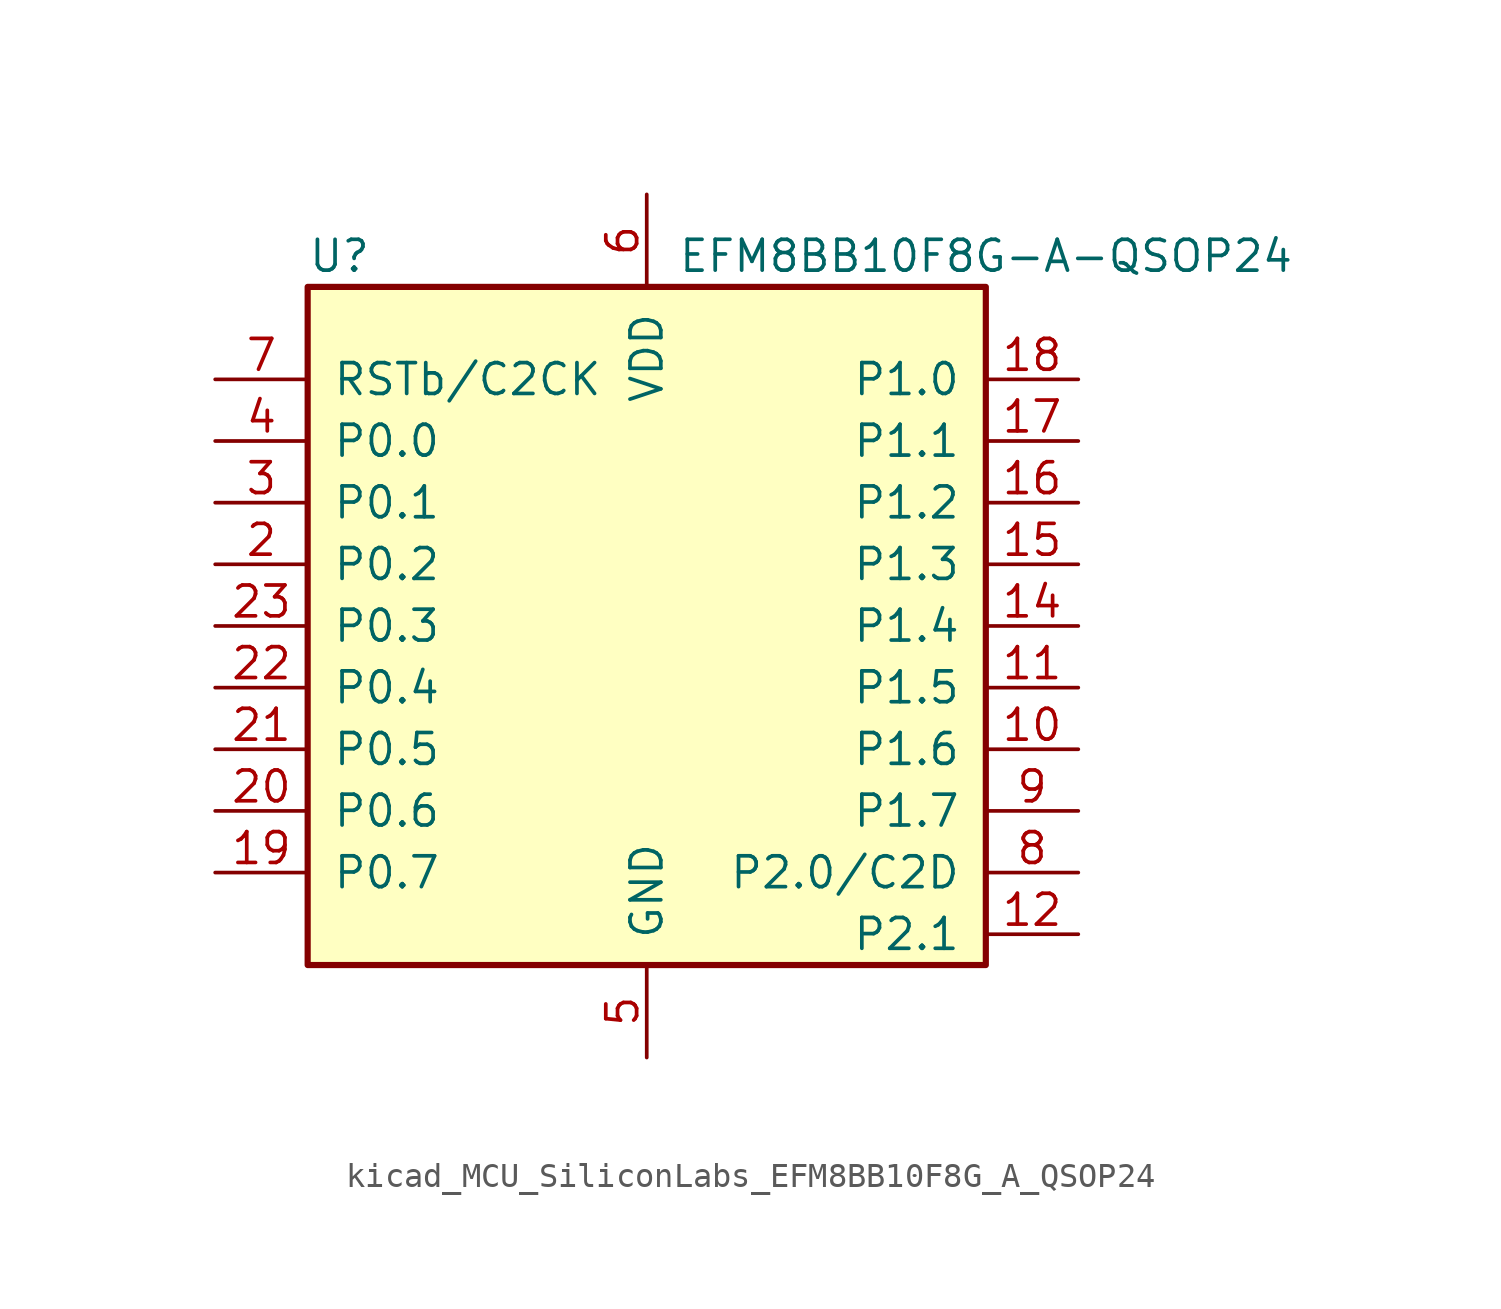
<source format=kicad_sym>
(kicad_symbol_lib
  (version 20220914)
  (generator kicad_symbol_editor)
  (symbol "kicad_MCU_SiliconLabs_EFM8BB10F8G_A_QSOP24"
    (pin_names
      (offset 1.016))
    (property "Reference" "U"
      (at -13.97 15.24 0)
      (effects (font (size 1.27 1.27)) (justify left)))
    (property "Value" "EFM8BB10F8G-A-QSOP24"
      (at 1.27 15.24 0)
      (effects (font (size 1.27 1.27)) (justify left)))
    (symbol "kicad_MCU_SiliconLabs_EFM8BB10F8G_A_QSOP24_0_1"
      (rectangle (start -13.97 13.97) (end 13.97 -13.97) (stroke (width 0.254) (type default)) (fill (type background)))
      (pin no_connect line (at 0 2.54 0) (length 3.81) hide (name "NC" (effects (font (size 1.27 1.27)))) (number "1" (effects (font (size 1.27 1.27)))))
      (pin bidirectional line (at 17.78 -5.08 180) (length 3.81) (name "P1.6" (effects (font (size 1.27 1.27)))) (number "10" (effects (font (size 1.27 1.27)))))
      (pin bidirectional line (at 17.78 -2.54 180) (length 3.81) (name "P1.5" (effects (font (size 1.27 1.27)))) (number "11" (effects (font (size 1.27 1.27)))))
      (pin bidirectional line (at 17.78 -12.7 180) (length 3.81) (name "P2.1" (effects (font (size 1.27 1.27)))) (number "12" (effects (font (size 1.27 1.27)))))
      (pin no_connect line (at 0 0 0) (length 3.81) hide (name "NC" (effects (font (size 1.27 1.27)))) (number "13" (effects (font (size 1.27 1.27)))))
      (pin bidirectional line (at 17.78 0 180) (length 3.81) (name "P1.4" (effects (font (size 1.27 1.27)))) (number "14" (effects (font (size 1.27 1.27)))))
      (pin bidirectional line (at 17.78 2.54 180) (length 3.81) (name "P1.3" (effects (font (size 1.27 1.27)))) (number "15" (effects (font (size 1.27 1.27)))))
      (pin bidirectional line (at 17.78 5.08 180) (length 3.81) (name "P1.2" (effects (font (size 1.27 1.27)))) (number "16" (effects (font (size 1.27 1.27)))))
      (pin bidirectional line (at 17.78 7.62 180) (length 3.81) (name "P1.1" (effects (font (size 1.27 1.27)))) (number "17" (effects (font (size 1.27 1.27)))))
      (pin bidirectional line (at 17.78 10.16 180) (length 3.81) (name "P1.0" (effects (font (size 1.27 1.27)))) (number "18" (effects (font (size 1.27 1.27)))))
      (pin bidirectional line (at -17.78 -10.16 0) (length 3.81) (name "P0.7" (effects (font (size 1.27 1.27)))) (number "19" (effects (font (size 1.27 1.27)))))
      (pin bidirectional line (at -17.78 2.54 0) (length 3.81) (name "P0.2" (effects (font (size 1.27 1.27)))) (number "2" (effects (font (size 1.27 1.27)))))
      (pin bidirectional line (at -17.78 -7.62 0) (length 3.81) (name "P0.6" (effects (font (size 1.27 1.27)))) (number "20" (effects (font (size 1.27 1.27)))))
      (pin bidirectional line (at -17.78 -5.08 0) (length 3.81) (name "P0.5" (effects (font (size 1.27 1.27)))) (number "21" (effects (font (size 1.27 1.27)))))
      (pin bidirectional line (at -17.78 -2.54 0) (length 3.81) (name "P0.4" (effects (font (size 1.27 1.27)))) (number "22" (effects (font (size 1.27 1.27)))))
      (pin bidirectional line (at -17.78 0 0) (length 3.81) (name "P0.3" (effects (font (size 1.27 1.27)))) (number "23" (effects (font (size 1.27 1.27)))))
      (pin no_connect line (at 0 -2.54 0) (length 3.81) hide (name "NC" (effects (font (size 1.27 1.27)))) (number "24" (effects (font (size 1.27 1.27)))))
      (pin bidirectional line (at -17.78 5.08 0) (length 3.81) (name "P0.1" (effects (font (size 1.27 1.27)))) (number "3" (effects (font (size 1.27 1.27)))))
      (pin bidirectional line (at -17.78 7.62 0) (length 3.81) (name "P0.0" (effects (font (size 1.27 1.27)))) (number "4" (effects (font (size 1.27 1.27)))))
      (pin power_in line (at 0 -17.78 90) (length 3.81) (name "GND" (effects (font (size 1.27 1.27)))) (number "5" (effects (font (size 1.27 1.27)))))
      (pin power_in line (at 0 17.78 270) (length 3.81) (name "VDD" (effects (font (size 1.27 1.27)))) (number "6" (effects (font (size 1.27 1.27)))))
      (pin input line (at -17.78 10.16 0) (length 3.81) (name "RSTb/C2CK" (effects (font (size 1.27 1.27)))) (number "7" (effects (font (size 1.27 1.27)))))
      (pin bidirectional line (at 17.78 -10.16 180) (length 3.81) (name "P2.0/C2D" (effects (font (size 1.27 1.27)))) (number "8" (effects (font (size 1.27 1.27)))))
      (pin bidirectional line (at 17.78 -7.62 180) (length 3.81) (name "P1.7" (effects (font (size 1.27 1.27)))) (number "9" (effects (font (size 1.27 1.27))))))))
</source>
